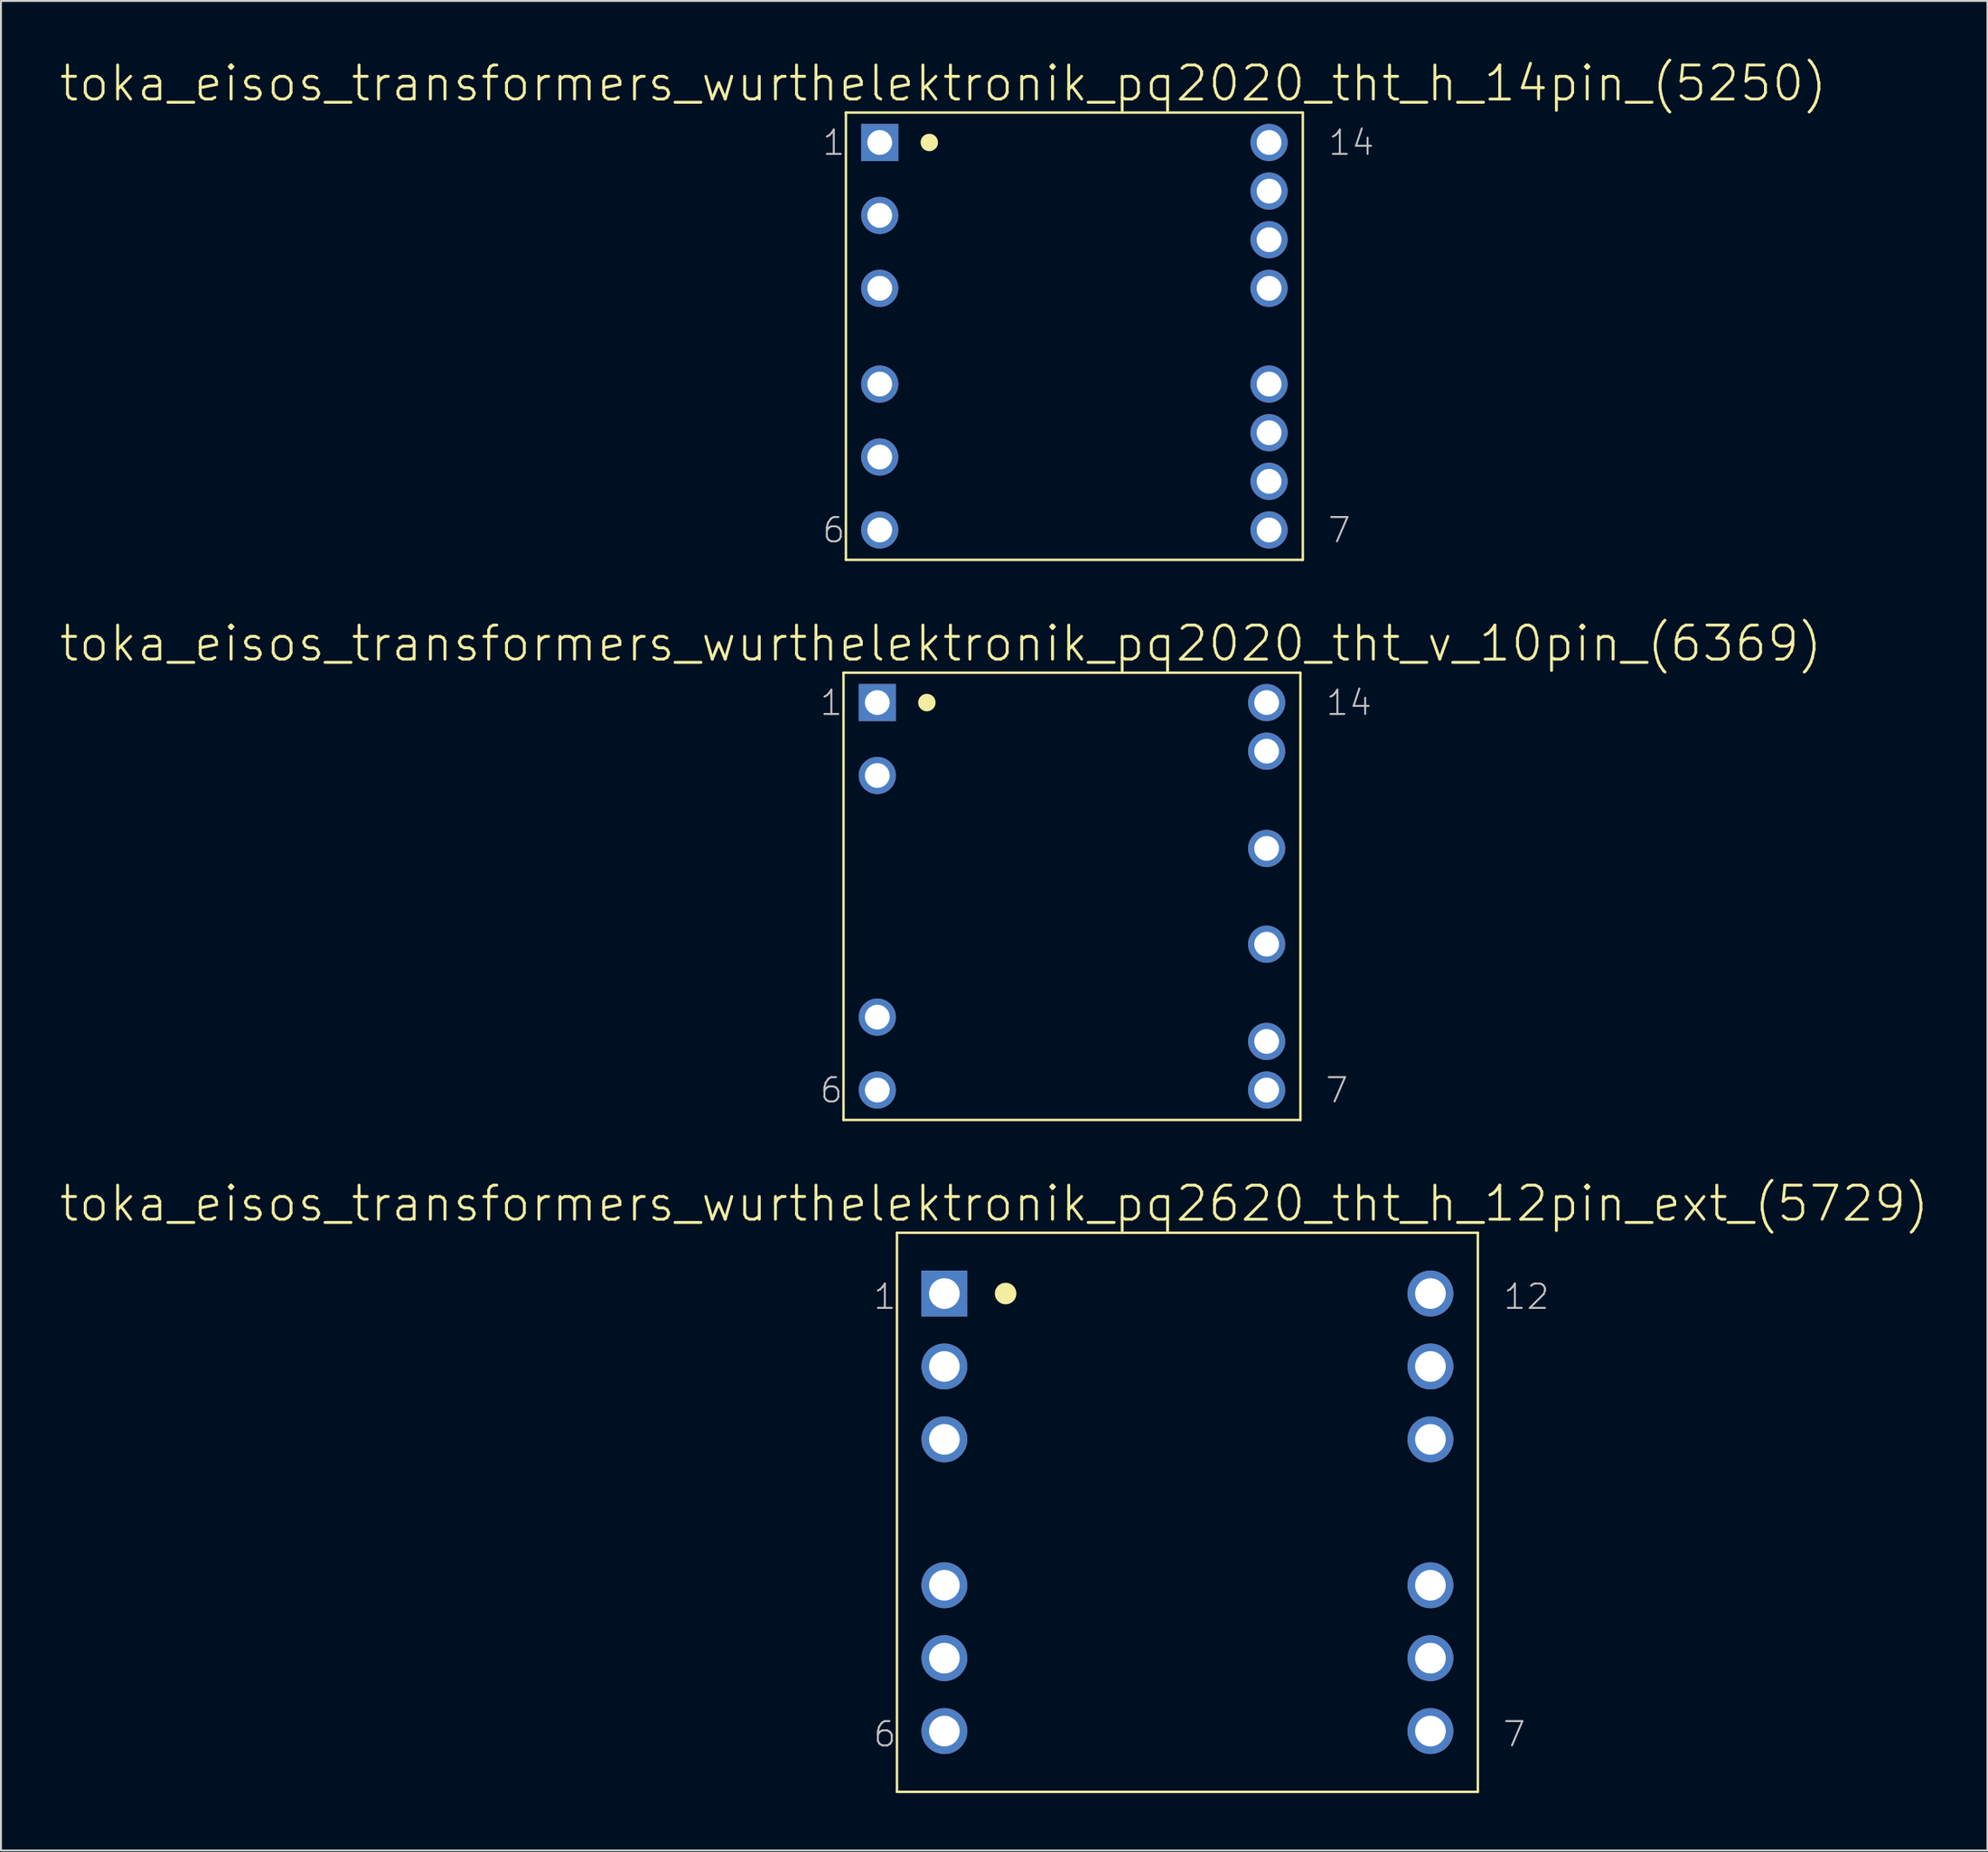
<source format=kicad_pcb>
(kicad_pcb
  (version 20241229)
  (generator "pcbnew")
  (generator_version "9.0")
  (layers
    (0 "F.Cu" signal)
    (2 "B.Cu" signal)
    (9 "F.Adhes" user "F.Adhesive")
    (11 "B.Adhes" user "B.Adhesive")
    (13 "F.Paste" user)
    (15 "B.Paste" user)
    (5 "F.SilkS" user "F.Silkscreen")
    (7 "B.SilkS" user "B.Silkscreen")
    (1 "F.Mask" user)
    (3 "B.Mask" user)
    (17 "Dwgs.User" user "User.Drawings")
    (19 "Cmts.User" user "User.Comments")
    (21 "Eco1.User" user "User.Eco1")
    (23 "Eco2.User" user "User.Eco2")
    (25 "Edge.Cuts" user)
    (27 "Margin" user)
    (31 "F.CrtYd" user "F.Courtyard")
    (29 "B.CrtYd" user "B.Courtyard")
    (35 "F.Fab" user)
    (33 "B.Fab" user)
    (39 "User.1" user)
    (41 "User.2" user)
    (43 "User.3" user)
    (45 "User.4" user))
  (footprint "toka_eisos_transformers_wurthelektronik_pq2620_tht_h_12pin_ext_(5729)"
    (layer "F.Cu")
    (at 59 75.963)
    (property "Reference" "toka_eisos_transformers_wurthelektronik_pq2620_tht_h_12pin_ext_(5729)" (at -10.097 -16.129 0) (layer "F.SilkS") (effects (font (size 1.778 1.778) (thickness 0.152))))
    (attr exclude_from_pos_files exclude_from_bom)
    (fp_line (start -15.177 -14.605) (end -15.177 14.605) (stroke (width 0.127) (type solid)) (layer "F.SilkS"))
    (fp_line (start -15.177 -14.605) (end 15.177 -14.605) (stroke (width 0.127) (type solid)) (layer "F.SilkS"))
    (fp_line (start -15.177 14.605) (end 15.177 14.605) (stroke (width 0.127) (type solid)) (layer "F.SilkS"))
    (fp_line (start 15.177 -14.605) (end 15.177 14.605) (stroke (width 0.127) (type solid)) (layer "F.SilkS"))
    (fp_circle (center -9.5 -11.43) (end -9.898 -11.829) (stroke (width 0) (type solid)) (fill yes) (layer "F.SilkS"))
    (fp_text user "1" (at -15.812 -11.265 0) (layer "Dwgs.User") (effects (font (size 1.27 1.27) (thickness 0.102))))
    (fp_text user "12" (at 17.716 -11.265 0) (layer "Dwgs.User") (effects (font (size 1.27 1.27) (thickness 0.102))))
    (fp_text user "7" (at 17.081 11.595 0) (layer "Dwgs.User") (effects (font (size 1.27 1.27) (thickness 0.102))))
    (fp_text user "6" (at -15.812 11.595 0) (layer "Dwgs.User") (effects (font (size 1.27 1.27) (thickness 0.102))))
    (pad "1" thru_hole rect (at -12.7 -11.43) (size 2.4 2.4) (drill 1.6) (layers "*.Cu" "*.Paste" "*.Mask"))
    (pad "2" thru_hole circle (at -12.7 -7.62) (size 2.4 2.4) (drill 1.6) (layers "*.Cu" "*.Paste" "*.Mask"))
    (pad "3" thru_hole circle (at -12.7 -3.81) (size 2.4 2.4) (drill 1.6) (layers "*.Cu" "*.Paste" "*.Mask"))
    (pad "4" thru_hole circle (at -12.7 3.81) (size 2.4 2.4) (drill 1.6) (layers "*.Cu" "*.Paste" "*.Mask"))
    (pad "5" thru_hole circle (at -12.7 7.62) (size 2.4 2.4) (drill 1.6) (layers "*.Cu" "*.Paste" "*.Mask"))
    (pad "6" thru_hole circle (at -12.7 11.43) (size 2.4 2.4) (drill 1.6) (layers "*.Cu" "*.Paste" "*.Mask"))
    (pad "7" thru_hole circle (at 12.7 11.43) (size 2.4 2.4) (drill 1.6) (layers "*.Cu" "*.Paste" "*.Mask"))
    (pad "8" thru_hole circle (at 12.7 7.62) (size 2.4 2.4) (drill 1.6) (layers "*.Cu" "*.Paste" "*.Mask"))
    (pad "9" thru_hole circle (at 12.7 3.81) (size 2.4 2.4) (drill 1.6) (layers "*.Cu" "*.Paste" "*.Mask"))
    (pad "10" thru_hole circle (at 12.7 -3.81) (size 2.4 2.4) (drill 1.6) (layers "*.Cu" "*.Paste" "*.Mask"))
    (pad "11" thru_hole circle (at 12.7 -7.62) (size 2.4 2.4) (drill 1.6) (layers "*.Cu" "*.Paste" "*.Mask"))
    (pad "12" thru_hole circle (at 12.7 -11.43) (size 2.4 2.4) (drill 1.6) (layers "*.Cu" "*.Paste" "*.Mask")))
  (footprint "toka_eisos_transformers_wurthelektronik_pq2020_tht_v_10pin_(6369)"
    (layer "F.Cu")
    (at 52.967 43.779)
    (property "Reference" "toka_eisos_transformers_wurthelektronik_pq2020_tht_v_10pin_(6369)" (at -6.858 -13.208 0) (layer "F.SilkS") (effects (font (size 1.778 1.778) (thickness 0.152))))
    (attr exclude_from_pos_files exclude_from_bom)
    (fp_line (start -11.938 -11.684) (end -11.938 11.684) (stroke (width 0.127) (type solid)) (layer "F.SilkS"))
    (fp_line (start -11.938 -11.684) (end 11.938 -11.684) (stroke (width 0.127) (type solid)) (layer "F.SilkS"))
    (fp_line (start -11.938 11.684) (end 11.938 11.684) (stroke (width 0.127) (type solid)) (layer "F.SilkS"))
    (fp_line (start 11.938 -11.684) (end 11.938 11.684) (stroke (width 0.127) (type solid)) (layer "F.SilkS"))
    (fp_circle (center -7.582 -10.122) (end -7.904 -10.444) (stroke (width 0) (type solid)) (fill yes) (layer "F.SilkS"))
    (fp_text user "7" (at 13.843 10.135 0) (layer "Dwgs.User") (effects (font (size 1.27 1.27) (thickness 0.102))))
    (fp_text user "14" (at 14.475 -10.109 0) (layer "Dwgs.User") (effects (font (size 1.27 1.27) (thickness 0.102))))
    (fp_text user "6" (at -12.573 10.135 0) (layer "Dwgs.User") (effects (font (size 1.27 1.27) (thickness 0.102))))
    (fp_text user "1" (at -12.573 -10.109 0) (layer "Dwgs.User") (effects (font (size 1.27 1.27) (thickness 0.102))))
    (pad "1" thru_hole rect (at -10.173 -10.122) (size 1.943 1.943) (drill 1.293) (layers "*.Cu" "*.Paste" "*.Mask"))
    (pad "2" thru_hole circle (at -10.173 -6.312) (size 1.943 1.943) (drill 1.293) (layers "*.Cu" "*.Paste" "*.Mask"))
    (pad "5" thru_hole circle (at -10.173 6.312) (size 1.943 1.943) (drill 1.293) (layers "*.Cu" "*.Paste" "*.Mask"))
    (pad "6" thru_hole circle (at -10.173 10.122) (size 1.943 1.943) (drill 1.293) (layers "*.Cu" "*.Paste" "*.Mask"))
    (pad "7" thru_hole circle (at 10.173 10.122) (size 1.943 1.943) (drill 1.293) (layers "*.Cu" "*.Paste" "*.Mask"))
    (pad "8" thru_hole circle (at 10.173 7.582) (size 1.943 1.943) (drill 1.293) (layers "*.Cu" "*.Paste" "*.Mask"))
    (pad "10" thru_hole circle (at 10.173 2.502) (size 1.943 1.943) (drill 1.293) (layers "*.Cu" "*.Paste" "*.Mask"))
    (pad "11" thru_hole circle (at 10.173 -2.502) (size 1.943 1.943) (drill 1.293) (layers "*.Cu" "*.Paste" "*.Mask"))
    (pad "13" thru_hole circle (at 10.173 -7.582) (size 1.943 1.943) (drill 1.293) (layers "*.Cu" "*.Paste" "*.Mask"))
    (pad "14" thru_hole circle (at 10.173 -10.122) (size 1.943 1.943) (drill 1.293) (layers "*.Cu" "*.Paste" "*.Mask")))
  (footprint "toka_eisos_transformers_wurthelektronik_pq2020_tht_h_14pin_(5250)"
    (layer "F.Cu")
    (at 53.094 14.516)
    (property "Reference" "toka_eisos_transformers_wurthelektronik_pq2020_tht_h_14pin_(5250)" (at -6.858 -13.208 0) (layer "F.SilkS") (effects (font (size 1.778 1.778) (thickness 0.152))))
    (attr exclude_from_pos_files exclude_from_bom)
    (fp_line (start -11.938 -11.684) (end -11.938 11.684) (stroke (width 0.127) (type solid)) (layer "F.SilkS"))
    (fp_line (start -11.938 -11.684) (end 11.938 -11.684) (stroke (width 0.127) (type solid)) (layer "F.SilkS"))
    (fp_line (start -11.938 11.684) (end 11.938 11.684) (stroke (width 0.127) (type solid)) (layer "F.SilkS"))
    (fp_line (start 11.938 -11.684) (end 11.938 11.684) (stroke (width 0.127) (type solid)) (layer "F.SilkS"))
    (fp_circle (center -7.582 -10.122) (end -7.904 -10.444) (stroke (width 0) (type solid)) (fill yes) (layer "F.SilkS"))
    (fp_text user "14" (at 14.475 -10.109 0) (layer "Dwgs.User") (effects (font (size 1.27 1.27) (thickness 0.102))))
    (fp_text user "7" (at 13.843 10.135 0) (layer "Dwgs.User") (effects (font (size 1.27 1.27) (thickness 0.102))))
    (fp_text user "6" (at -12.573 10.135 0) (layer "Dwgs.User") (effects (font (size 1.27 1.27) (thickness 0.102))))
    (fp_text user "1" (at -12.573 -10.109 0) (layer "Dwgs.User") (effects (font (size 1.27 1.27) (thickness 0.102))))
    (pad "1" thru_hole rect (at -10.173 -10.122) (size 1.943 1.943) (drill 1.293) (layers "*.Cu" "*.Paste" "*.Mask"))
    (pad "2" thru_hole circle (at -10.173 -6.312) (size 1.943 1.943) (drill 1.293) (layers "*.Cu" "*.Paste" "*.Mask"))
    (pad "3" thru_hole circle (at -10.173 -2.502) (size 1.943 1.943) (drill 1.293) (layers "*.Cu" "*.Paste" "*.Mask"))
    (pad "4" thru_hole circle (at -10.173 2.502) (size 1.943 1.943) (drill 1.293) (layers "*.Cu" "*.Paste" "*.Mask"))
    (pad "5" thru_hole circle (at -10.173 6.312) (size 1.943 1.943) (drill 1.293) (layers "*.Cu" "*.Paste" "*.Mask"))
    (pad "6" thru_hole circle (at -10.173 10.122) (size 1.943 1.943) (drill 1.293) (layers "*.Cu" "*.Paste" "*.Mask"))
    (pad "7" thru_hole circle (at 10.173 10.122) (size 1.943 1.943) (drill 1.293) (layers "*.Cu" "*.Paste" "*.Mask"))
    (pad "8" thru_hole circle (at 10.173 7.582) (size 1.943 1.943) (drill 1.293) (layers "*.Cu" "*.Paste" "*.Mask"))
    (pad "9" thru_hole circle (at 10.173 5.042) (size 1.943 1.943) (drill 1.293) (layers "*.Cu" "*.Paste" "*.Mask"))
    (pad "10" thru_hole circle (at 10.173 2.502) (size 1.943 1.943) (drill 1.293) (layers "*.Cu" "*.Paste" "*.Mask"))
    (pad "11" thru_hole circle (at 10.173 -2.502) (size 1.943 1.943) (drill 1.293) (layers "*.Cu" "*.Paste" "*.Mask"))
    (pad "12" thru_hole circle (at 10.173 -5.042) (size 1.943 1.943) (drill 1.293) (layers "*.Cu" "*.Paste" "*.Mask"))
    (pad "13" thru_hole circle (at 10.173 -7.582) (size 1.943 1.943) (drill 1.293) (layers "*.Cu" "*.Paste" "*.Mask"))
    (pad "14" thru_hole circle (at 10.173 -10.122) (size 1.943 1.943) (drill 1.293) (layers "*.Cu" "*.Paste" "*.Mask")))
  (gr_rect
    (start -3 -3)
    (end 100.807 93.631)
    (stroke (width 0.1) (type default))
    (fill no)
    (layer "Edge.Cuts")))
</source>
